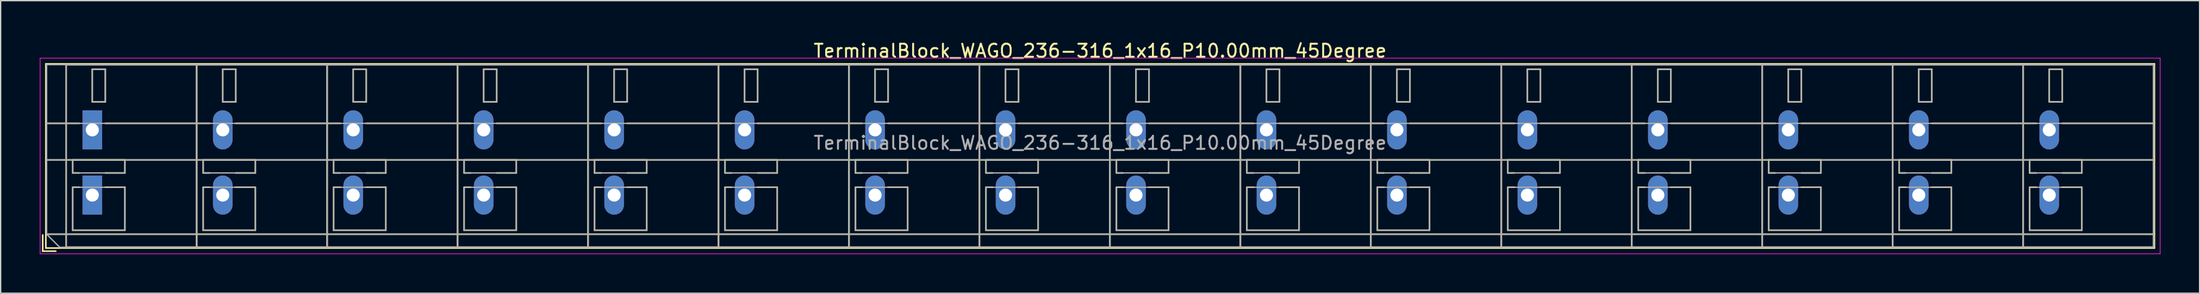
<source format=kicad_pcb>
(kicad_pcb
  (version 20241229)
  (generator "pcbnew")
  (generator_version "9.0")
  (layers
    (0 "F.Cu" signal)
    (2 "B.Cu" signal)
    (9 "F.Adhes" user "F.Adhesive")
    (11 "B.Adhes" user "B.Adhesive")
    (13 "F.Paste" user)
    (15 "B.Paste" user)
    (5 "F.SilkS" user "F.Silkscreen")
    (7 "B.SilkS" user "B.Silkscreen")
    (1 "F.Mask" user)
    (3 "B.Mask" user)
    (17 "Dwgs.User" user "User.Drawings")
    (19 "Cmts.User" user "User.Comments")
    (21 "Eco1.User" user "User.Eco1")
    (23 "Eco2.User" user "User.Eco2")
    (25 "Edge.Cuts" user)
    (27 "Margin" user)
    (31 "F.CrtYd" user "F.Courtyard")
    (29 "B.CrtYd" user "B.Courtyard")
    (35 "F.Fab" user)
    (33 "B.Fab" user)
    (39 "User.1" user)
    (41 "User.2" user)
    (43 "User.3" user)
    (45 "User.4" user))
  (footprint "TerminalBlock_WAGO_236-316_1x16_P10.00mm_45Degree"
    (layer "F.Cu")
    (at 4.025 11.908)
    (property "Reference" "TerminalBlock_WAGO_236-316_1x16_P10.00mm_45Degree" (at 77.25 -11.06 0) (layer "F.SilkS") (effects (font (size 1 1) (thickness 0.15))))
    (attr through_hole)
    (fp_line (start -3.8 3.06) (end -3.8 4.3) (stroke (width 0.12) (type solid)) (layer "F.SilkS"))
    (fp_line (start -3.8 4.3) (end -2.8 4.3) (stroke (width 0.12) (type solid)) (layer "F.SilkS"))
    (fp_line (start -3.56 -10.06) (end -3.56 4.06) (stroke (width 0.12) (type solid)) (layer "F.SilkS"))
    (fp_line (start -3.56 -10.06) (end 158.06 -10.06) (stroke (width 0.12) (type solid)) (layer "F.SilkS"))
    (fp_line (start -3.56 -5.5) (end -0.99 -5.5) (stroke (width 0.12) (type solid)) (layer "F.SilkS"))
    (fp_line (start -3.56 -2.7) (end 158.06 -2.7) (stroke (width 0.12) (type solid)) (layer "F.SilkS"))
    (fp_line (start -3.56 3) (end 158.06 3) (stroke (width 0.12) (type solid)) (layer "F.SilkS"))
    (fp_line (start -3.56 4.06) (end 158.06 4.06) (stroke (width 0.12) (type solid)) (layer "F.SilkS"))
    (fp_line (start -2 -10) (end -2 4) (stroke (width 0.12) (type solid)) (layer "F.SilkS"))
    (fp_line (start -2 -10) (end 8 -10) (stroke (width 0.12) (type solid)) (layer "F.SilkS"))
    (fp_line (start -2 4) (end 8 4) (stroke (width 0.12) (type solid)) (layer "F.SilkS"))
    (fp_line (start -1.5 -2.7) (end -1.5 -1.701) (stroke (width 0.12) (type solid)) (layer "F.SilkS"))
    (fp_line (start -1.5 -2.7) (end 2.5 -2.7) (stroke (width 0.12) (type solid)) (layer "F.SilkS"))
    (fp_line (start -1.5 -1.701) (end -0.99 -1.701) (stroke (width 0.12) (type solid)) (layer "F.SilkS"))
    (fp_line (start -1.5 -0.6) (end -1.5 2.7) (stroke (width 0.12) (type solid)) (layer "F.SilkS"))
    (fp_line (start -1.5 -0.6) (end -0.99 -0.6) (stroke (width 0.12) (type solid)) (layer "F.SilkS"))
    (fp_line (start -1.5 2.7) (end 2.5 2.7) (stroke (width 0.12) (type solid)) (layer "F.SilkS"))
    (fp_line (start 0 -9.65) (end 0 -7.15) (stroke (width 0.12) (type solid)) (layer "F.SilkS"))
    (fp_line (start 0 -9.65) (end 1 -9.65) (stroke (width 0.12) (type solid)) (layer "F.SilkS"))
    (fp_line (start 0 -7.15) (end 1 -7.15) (stroke (width 0.12) (type solid)) (layer "F.SilkS"))
    (fp_line (start 0.99 -5.5) (end 9.01 -5.5) (stroke (width 0.12) (type solid)) (layer "F.SilkS"))
    (fp_line (start 0.99 -1.701) (end 2.5 -1.701) (stroke (width 0.12) (type solid)) (layer "F.SilkS"))
    (fp_line (start 0.99 -0.6) (end 2.5 -0.6) (stroke (width 0.12) (type solid)) (layer "F.SilkS"))
    (fp_line (start 1 -9.65) (end 1 -7.15) (stroke (width 0.12) (type solid)) (layer "F.SilkS"))
    (fp_line (start 2.5 -2.7) (end 2.5 -1.701) (stroke (width 0.12) (type solid)) (layer "F.SilkS"))
    (fp_line (start 2.5 -0.6) (end 2.5 2.7) (stroke (width 0.12) (type solid)) (layer "F.SilkS"))
    (fp_line (start 8 -10) (end 8 4) (stroke (width 0.12) (type solid)) (layer "F.SilkS"))
    (fp_line (start 8 -10) (end 8 4) (stroke (width 0.12) (type solid)) (layer "F.SilkS"))
    (fp_line (start 8 -10) (end 18 -10) (stroke (width 0.12) (type solid)) (layer "F.SilkS"))
    (fp_line (start 8 4) (end 18 4) (stroke (width 0.12) (type solid)) (layer "F.SilkS"))
    (fp_line (start 8.5 -2.7) (end 8.5 -1.701) (stroke (width 0.12) (type solid)) (layer "F.SilkS"))
    (fp_line (start 8.5 -2.7) (end 12.5 -2.7) (stroke (width 0.12) (type solid)) (layer "F.SilkS"))
    (fp_line (start 8.5 -1.701) (end 9.01 -1.701) (stroke (width 0.12) (type solid)) (layer "F.SilkS"))
    (fp_line (start 8.5 -0.6) (end 8.5 2.7) (stroke (width 0.12) (type solid)) (layer "F.SilkS"))
    (fp_line (start 8.5 -0.6) (end 9.01 -0.6) (stroke (width 0.12) (type solid)) (layer "F.SilkS"))
    (fp_line (start 8.5 2.7) (end 12.5 2.7) (stroke (width 0.12) (type solid)) (layer "F.SilkS"))
    (fp_line (start 10 -9.65) (end 10 -7.15) (stroke (width 0.12) (type solid)) (layer "F.SilkS"))
    (fp_line (start 10 -9.65) (end 11 -9.65) (stroke (width 0.12) (type solid)) (layer "F.SilkS"))
    (fp_line (start 10 -7.15) (end 11 -7.15) (stroke (width 0.12) (type solid)) (layer "F.SilkS"))
    (fp_line (start 10.99 -5.5) (end 19.01 -5.5) (stroke (width 0.12) (type solid)) (layer "F.SilkS"))
    (fp_line (start 10.99 -1.701) (end 12.5 -1.701) (stroke (width 0.12) (type solid)) (layer "F.SilkS"))
    (fp_line (start 10.99 -0.6) (end 12.5 -0.6) (stroke (width 0.12) (type solid)) (layer "F.SilkS"))
    (fp_line (start 11 -9.65) (end 11 -7.15) (stroke (width 0.12) (type solid)) (layer "F.SilkS"))
    (fp_line (start 12.5 -2.7) (end 12.5 -1.701) (stroke (width 0.12) (type solid)) (layer "F.SilkS"))
    (fp_line (start 12.5 -0.6) (end 12.5 2.7) (stroke (width 0.12) (type solid)) (layer "F.SilkS"))
    (fp_line (start 18 -10) (end 18 4) (stroke (width 0.12) (type solid)) (layer "F.SilkS"))
    (fp_line (start 18 -10) (end 18 4) (stroke (width 0.12) (type solid)) (layer "F.SilkS"))
    (fp_line (start 18 -10) (end 28 -10) (stroke (width 0.12) (type solid)) (layer "F.SilkS"))
    (fp_line (start 18 4) (end 28 4) (stroke (width 0.12) (type solid)) (layer "F.SilkS"))
    (fp_line (start 18.5 -2.7) (end 18.5 -1.701) (stroke (width 0.12) (type solid)) (layer "F.SilkS"))
    (fp_line (start 18.5 -2.7) (end 22.5 -2.7) (stroke (width 0.12) (type solid)) (layer "F.SilkS"))
    (fp_line (start 18.5 -1.701) (end 19.01 -1.701) (stroke (width 0.12) (type solid)) (layer "F.SilkS"))
    (fp_line (start 18.5 -0.6) (end 18.5 2.7) (stroke (width 0.12) (type solid)) (layer "F.SilkS"))
    (fp_line (start 18.5 -0.6) (end 19.01 -0.6) (stroke (width 0.12) (type solid)) (layer "F.SilkS"))
    (fp_line (start 18.5 2.7) (end 22.5 2.7) (stroke (width 0.12) (type solid)) (layer "F.SilkS"))
    (fp_line (start 20 -9.65) (end 20 -7.15) (stroke (width 0.12) (type solid)) (layer "F.SilkS"))
    (fp_line (start 20 -9.65) (end 21 -9.65) (stroke (width 0.12) (type solid)) (layer "F.SilkS"))
    (fp_line (start 20 -7.15) (end 21 -7.15) (stroke (width 0.12) (type solid)) (layer "F.SilkS"))
    (fp_line (start 20.99 -5.5) (end 29.01 -5.5) (stroke (width 0.12) (type solid)) (layer "F.SilkS"))
    (fp_line (start 20.99 -1.701) (end 22.5 -1.701) (stroke (width 0.12) (type solid)) (layer "F.SilkS"))
    (fp_line (start 20.99 -0.6) (end 22.5 -0.6) (stroke (width 0.12) (type solid)) (layer "F.SilkS"))
    (fp_line (start 21 -9.65) (end 21 -7.15) (stroke (width 0.12) (type solid)) (layer "F.SilkS"))
    (fp_line (start 22.5 -2.7) (end 22.5 -1.701) (stroke (width 0.12) (type solid)) (layer "F.SilkS"))
    (fp_line (start 22.5 -0.6) (end 22.5 2.7) (stroke (width 0.12) (type solid)) (layer "F.SilkS"))
    (fp_line (start 28 -10) (end 28 4) (stroke (width 0.12) (type solid)) (layer "F.SilkS"))
    (fp_line (start 28 -10) (end 28 4) (stroke (width 0.12) (type solid)) (layer "F.SilkS"))
    (fp_line (start 28 -10) (end 38 -10) (stroke (width 0.12) (type solid)) (layer "F.SilkS"))
    (fp_line (start 28 4) (end 38 4) (stroke (width 0.12) (type solid)) (layer "F.SilkS"))
    (fp_line (start 28.5 -2.7) (end 28.5 -1.701) (stroke (width 0.12) (type solid)) (layer "F.SilkS"))
    (fp_line (start 28.5 -2.7) (end 32.5 -2.7) (stroke (width 0.12) (type solid)) (layer "F.SilkS"))
    (fp_line (start 28.5 -1.701) (end 29.01 -1.701) (stroke (width 0.12) (type solid)) (layer "F.SilkS"))
    (fp_line (start 28.5 -0.6) (end 28.5 2.7) (stroke (width 0.12) (type solid)) (layer "F.SilkS"))
    (fp_line (start 28.5 -0.6) (end 29.01 -0.6) (stroke (width 0.12) (type solid)) (layer "F.SilkS"))
    (fp_line (start 28.5 2.7) (end 32.5 2.7) (stroke (width 0.12) (type solid)) (layer "F.SilkS"))
    (fp_line (start 30 -9.65) (end 30 -7.15) (stroke (width 0.12) (type solid)) (layer "F.SilkS"))
    (fp_line (start 30 -9.65) (end 31 -9.65) (stroke (width 0.12) (type solid)) (layer "F.SilkS"))
    (fp_line (start 30 -7.15) (end 31 -7.15) (stroke (width 0.12) (type solid)) (layer "F.SilkS"))
    (fp_line (start 30.99 -5.5) (end 39.01 -5.5) (stroke (width 0.12) (type solid)) (layer "F.SilkS"))
    (fp_line (start 30.99 -1.701) (end 32.5 -1.701) (stroke (width 0.12) (type solid)) (layer "F.SilkS"))
    (fp_line (start 30.99 -0.6) (end 32.5 -0.6) (stroke (width 0.12) (type solid)) (layer "F.SilkS"))
    (fp_line (start 31 -9.65) (end 31 -7.15) (stroke (width 0.12) (type solid)) (layer "F.SilkS"))
    (fp_line (start 32.5 -2.7) (end 32.5 -1.701) (stroke (width 0.12) (type solid)) (layer "F.SilkS"))
    (fp_line (start 32.5 -0.6) (end 32.5 2.7) (stroke (width 0.12) (type solid)) (layer "F.SilkS"))
    (fp_line (start 38 -10) (end 38 4) (stroke (width 0.12) (type solid)) (layer "F.SilkS"))
    (fp_line (start 38 -10) (end 38 4) (stroke (width 0.12) (type solid)) (layer "F.SilkS"))
    (fp_line (start 38 -10) (end 48 -10) (stroke (width 0.12) (type solid)) (layer "F.SilkS"))
    (fp_line (start 38 4) (end 48 4) (stroke (width 0.12) (type solid)) (layer "F.SilkS"))
    (fp_line (start 38.5 -2.7) (end 38.5 -1.701) (stroke (width 0.12) (type solid)) (layer "F.SilkS"))
    (fp_line (start 38.5 -2.7) (end 42.5 -2.7) (stroke (width 0.12) (type solid)) (layer "F.SilkS"))
    (fp_line (start 38.5 -1.701) (end 39.01 -1.701) (stroke (width 0.12) (type solid)) (layer "F.SilkS"))
    (fp_line (start 38.5 -0.6) (end 38.5 2.7) (stroke (width 0.12) (type solid)) (layer "F.SilkS"))
    (fp_line (start 38.5 -0.6) (end 39.01 -0.6) (stroke (width 0.12) (type solid)) (layer "F.SilkS"))
    (fp_line (start 38.5 2.7) (end 42.5 2.7) (stroke (width 0.12) (type solid)) (layer "F.SilkS"))
    (fp_line (start 40 -9.65) (end 40 -7.15) (stroke (width 0.12) (type solid)) (layer "F.SilkS"))
    (fp_line (start 40 -9.65) (end 41 -9.65) (stroke (width 0.12) (type solid)) (layer "F.SilkS"))
    (fp_line (start 40 -7.15) (end 41 -7.15) (stroke (width 0.12) (type solid)) (layer "F.SilkS"))
    (fp_line (start 40.99 -5.5) (end 49.01 -5.5) (stroke (width 0.12) (type solid)) (layer "F.SilkS"))
    (fp_line (start 40.99 -1.701) (end 42.5 -1.701) (stroke (width 0.12) (type solid)) (layer "F.SilkS"))
    (fp_line (start 40.99 -0.6) (end 42.5 -0.6) (stroke (width 0.12) (type solid)) (layer "F.SilkS"))
    (fp_line (start 41 -9.65) (end 41 -7.15) (stroke (width 0.12) (type solid)) (layer "F.SilkS"))
    (fp_line (start 42.5 -2.7) (end 42.5 -1.701) (stroke (width 0.12) (type solid)) (layer "F.SilkS"))
    (fp_line (start 42.5 -0.6) (end 42.5 2.7) (stroke (width 0.12) (type solid)) (layer "F.SilkS"))
    (fp_line (start 48 -10) (end 48 4) (stroke (width 0.12) (type solid)) (layer "F.SilkS"))
    (fp_line (start 48 -10) (end 48 4) (stroke (width 0.12) (type solid)) (layer "F.SilkS"))
    (fp_line (start 48 -10) (end 58 -10) (stroke (width 0.12) (type solid)) (layer "F.SilkS"))
    (fp_line (start 48 4) (end 58 4) (stroke (width 0.12) (type solid)) (layer "F.SilkS"))
    (fp_line (start 48.5 -2.7) (end 48.5 -1.701) (stroke (width 0.12) (type solid)) (layer "F.SilkS"))
    (fp_line (start 48.5 -2.7) (end 52.5 -2.7) (stroke (width 0.12) (type solid)) (layer "F.SilkS"))
    (fp_line (start 48.5 -1.701) (end 49.01 -1.701) (stroke (width 0.12) (type solid)) (layer "F.SilkS"))
    (fp_line (start 48.5 -0.6) (end 48.5 2.7) (stroke (width 0.12) (type solid)) (layer "F.SilkS"))
    (fp_line (start 48.5 -0.6) (end 49.01 -0.6) (stroke (width 0.12) (type solid)) (layer "F.SilkS"))
    (fp_line (start 48.5 2.7) (end 52.5 2.7) (stroke (width 0.12) (type solid)) (layer "F.SilkS"))
    (fp_line (start 50 -9.65) (end 50 -7.15) (stroke (width 0.12) (type solid)) (layer "F.SilkS"))
    (fp_line (start 50 -9.65) (end 51 -9.65) (stroke (width 0.12) (type solid)) (layer "F.SilkS"))
    (fp_line (start 50 -7.15) (end 51 -7.15) (stroke (width 0.12) (type solid)) (layer "F.SilkS"))
    (fp_line (start 50.99 -5.5) (end 59.01 -5.5) (stroke (width 0.12) (type solid)) (layer "F.SilkS"))
    (fp_line (start 50.99 -1.701) (end 52.5 -1.701) (stroke (width 0.12) (type solid)) (layer "F.SilkS"))
    (fp_line (start 50.99 -0.6) (end 52.5 -0.6) (stroke (width 0.12) (type solid)) (layer "F.SilkS"))
    (fp_line (start 51 -9.65) (end 51 -7.15) (stroke (width 0.12) (type solid)) (layer "F.SilkS"))
    (fp_line (start 52.5 -2.7) (end 52.5 -1.701) (stroke (width 0.12) (type solid)) (layer "F.SilkS"))
    (fp_line (start 52.5 -0.6) (end 52.5 2.7) (stroke (width 0.12) (type solid)) (layer "F.SilkS"))
    (fp_line (start 58 -10) (end 58 4) (stroke (width 0.12) (type solid)) (layer "F.SilkS"))
    (fp_line (start 58 -10) (end 58 4) (stroke (width 0.12) (type solid)) (layer "F.SilkS"))
    (fp_line (start 58 -10) (end 68 -10) (stroke (width 0.12) (type solid)) (layer "F.SilkS"))
    (fp_line (start 58 4) (end 68 4) (stroke (width 0.12) (type solid)) (layer "F.SilkS"))
    (fp_line (start 58.5 -2.7) (end 58.5 -1.701) (stroke (width 0.12) (type solid)) (layer "F.SilkS"))
    (fp_line (start 58.5 -2.7) (end 62.5 -2.7) (stroke (width 0.12) (type solid)) (layer "F.SilkS"))
    (fp_line (start 58.5 -1.701) (end 59.01 -1.701) (stroke (width 0.12) (type solid)) (layer "F.SilkS"))
    (fp_line (start 58.5 -0.6) (end 58.5 2.7) (stroke (width 0.12) (type solid)) (layer "F.SilkS"))
    (fp_line (start 58.5 -0.6) (end 59.01 -0.6) (stroke (width 0.12) (type solid)) (layer "F.SilkS"))
    (fp_line (start 58.5 2.7) (end 62.5 2.7) (stroke (width 0.12) (type solid)) (layer "F.SilkS"))
    (fp_line (start 60 -9.65) (end 60 -7.15) (stroke (width 0.12) (type solid)) (layer "F.SilkS"))
    (fp_line (start 60 -9.65) (end 61 -9.65) (stroke (width 0.12) (type solid)) (layer "F.SilkS"))
    (fp_line (start 60 -7.15) (end 61 -7.15) (stroke (width 0.12) (type solid)) (layer "F.SilkS"))
    (fp_line (start 60.99 -5.5) (end 69.01 -5.5) (stroke (width 0.12) (type solid)) (layer "F.SilkS"))
    (fp_line (start 60.99 -1.701) (end 62.5 -1.701) (stroke (width 0.12) (type solid)) (layer "F.SilkS"))
    (fp_line (start 60.99 -0.6) (end 62.5 -0.6) (stroke (width 0.12) (type solid)) (layer "F.SilkS"))
    (fp_line (start 61 -9.65) (end 61 -7.15) (stroke (width 0.12) (type solid)) (layer "F.SilkS"))
    (fp_line (start 62.5 -2.7) (end 62.5 -1.701) (stroke (width 0.12) (type solid)) (layer "F.SilkS"))
    (fp_line (start 62.5 -0.6) (end 62.5 2.7) (stroke (width 0.12) (type solid)) (layer "F.SilkS"))
    (fp_line (start 68 -10) (end 68 4) (stroke (width 0.12) (type solid)) (layer "F.SilkS"))
    (fp_line (start 68 -10) (end 68 4) (stroke (width 0.12) (type solid)) (layer "F.SilkS"))
    (fp_line (start 68 -10) (end 78 -10) (stroke (width 0.12) (type solid)) (layer "F.SilkS"))
    (fp_line (start 68 4) (end 78 4) (stroke (width 0.12) (type solid)) (layer "F.SilkS"))
    (fp_line (start 68.5 -2.7) (end 68.5 -1.701) (stroke (width 0.12) (type solid)) (layer "F.SilkS"))
    (fp_line (start 68.5 -2.7) (end 72.5 -2.7) (stroke (width 0.12) (type solid)) (layer "F.SilkS"))
    (fp_line (start 68.5 -1.701) (end 69.01 -1.701) (stroke (width 0.12) (type solid)) (layer "F.SilkS"))
    (fp_line (start 68.5 -0.6) (end 68.5 2.7) (stroke (width 0.12) (type solid)) (layer "F.SilkS"))
    (fp_line (start 68.5 -0.6) (end 69.01 -0.6) (stroke (width 0.12) (type solid)) (layer "F.SilkS"))
    (fp_line (start 68.5 2.7) (end 72.5 2.7) (stroke (width 0.12) (type solid)) (layer "F.SilkS"))
    (fp_line (start 70 -9.65) (end 70 -7.15) (stroke (width 0.12) (type solid)) (layer "F.SilkS"))
    (fp_line (start 70 -9.65) (end 71 -9.65) (stroke (width 0.12) (type solid)) (layer "F.SilkS"))
    (fp_line (start 70 -7.15) (end 71 -7.15) (stroke (width 0.12) (type solid)) (layer "F.SilkS"))
    (fp_line (start 70.99 -5.5) (end 79.01 -5.5) (stroke (width 0.12) (type solid)) (layer "F.SilkS"))
    (fp_line (start 70.99 -1.701) (end 72.5 -1.701) (stroke (width 0.12) (type solid)) (layer "F.SilkS"))
    (fp_line (start 70.99 -0.6) (end 72.5 -0.6) (stroke (width 0.12) (type solid)) (layer "F.SilkS"))
    (fp_line (start 71 -9.65) (end 71 -7.15) (stroke (width 0.12) (type solid)) (layer "F.SilkS"))
    (fp_line (start 72.5 -2.7) (end 72.5 -1.701) (stroke (width 0.12) (type solid)) (layer "F.SilkS"))
    (fp_line (start 72.5 -0.6) (end 72.5 2.7) (stroke (width 0.12) (type solid)) (layer "F.SilkS"))
    (fp_line (start 78 -10) (end 78 4) (stroke (width 0.12) (type solid)) (layer "F.SilkS"))
    (fp_line (start 78 -10) (end 78 4) (stroke (width 0.12) (type solid)) (layer "F.SilkS"))
    (fp_line (start 78 -10) (end 88 -10) (stroke (width 0.12) (type solid)) (layer "F.SilkS"))
    (fp_line (start 78 4) (end 88 4) (stroke (width 0.12) (type solid)) (layer "F.SilkS"))
    (fp_line (start 78.5 -2.7) (end 78.5 -1.701) (stroke (width 0.12) (type solid)) (layer "F.SilkS"))
    (fp_line (start 78.5 -2.7) (end 82.5 -2.7) (stroke (width 0.12) (type solid)) (layer "F.SilkS"))
    (fp_line (start 78.5 -1.701) (end 79.01 -1.701) (stroke (width 0.12) (type solid)) (layer "F.SilkS"))
    (fp_line (start 78.5 -0.6) (end 78.5 2.7) (stroke (width 0.12) (type solid)) (layer "F.SilkS"))
    (fp_line (start 78.5 -0.6) (end 79.01 -0.6) (stroke (width 0.12) (type solid)) (layer "F.SilkS"))
    (fp_line (start 78.5 2.7) (end 82.5 2.7) (stroke (width 0.12) (type solid)) (layer "F.SilkS"))
    (fp_line (start 80 -9.65) (end 80 -7.15) (stroke (width 0.12) (type solid)) (layer "F.SilkS"))
    (fp_line (start 80 -9.65) (end 81 -9.65) (stroke (width 0.12) (type solid)) (layer "F.SilkS"))
    (fp_line (start 80 -7.15) (end 81 -7.15) (stroke (width 0.12) (type solid)) (layer "F.SilkS"))
    (fp_line (start 80.99 -5.5) (end 89.01 -5.5) (stroke (width 0.12) (type solid)) (layer "F.SilkS"))
    (fp_line (start 80.99 -1.701) (end 82.5 -1.701) (stroke (width 0.12) (type solid)) (layer "F.SilkS"))
    (fp_line (start 80.99 -0.6) (end 82.5 -0.6) (stroke (width 0.12) (type solid)) (layer "F.SilkS"))
    (fp_line (start 81 -9.65) (end 81 -7.15) (stroke (width 0.12) (type solid)) (layer "F.SilkS"))
    (fp_line (start 82.5 -2.7) (end 82.5 -1.701) (stroke (width 0.12) (type solid)) (layer "F.SilkS"))
    (fp_line (start 82.5 -0.6) (end 82.5 2.7) (stroke (width 0.12) (type solid)) (layer "F.SilkS"))
    (fp_line (start 88 -10) (end 88 4) (stroke (width 0.12) (type solid)) (layer "F.SilkS"))
    (fp_line (start 88 -10) (end 88 4) (stroke (width 0.12) (type solid)) (layer "F.SilkS"))
    (fp_line (start 88 -10) (end 98 -10) (stroke (width 0.12) (type solid)) (layer "F.SilkS"))
    (fp_line (start 88 4) (end 98 4) (stroke (width 0.12) (type solid)) (layer "F.SilkS"))
    (fp_line (start 88.5 -2.7) (end 88.5 -1.701) (stroke (width 0.12) (type solid)) (layer "F.SilkS"))
    (fp_line (start 88.5 -2.7) (end 92.5 -2.7) (stroke (width 0.12) (type solid)) (layer "F.SilkS"))
    (fp_line (start 88.5 -1.701) (end 89.01 -1.701) (stroke (width 0.12) (type solid)) (layer "F.SilkS"))
    (fp_line (start 88.5 -0.6) (end 88.5 2.7) (stroke (width 0.12) (type solid)) (layer "F.SilkS"))
    (fp_line (start 88.5 -0.6) (end 89.01 -0.6) (stroke (width 0.12) (type solid)) (layer "F.SilkS"))
    (fp_line (start 88.5 2.7) (end 92.5 2.7) (stroke (width 0.12) (type solid)) (layer "F.SilkS"))
    (fp_line (start 90 -9.65) (end 90 -7.15) (stroke (width 0.12) (type solid)) (layer "F.SilkS"))
    (fp_line (start 90 -9.65) (end 91 -9.65) (stroke (width 0.12) (type solid)) (layer "F.SilkS"))
    (fp_line (start 90 -7.15) (end 91 -7.15) (stroke (width 0.12) (type solid)) (layer "F.SilkS"))
    (fp_line (start 90.99 -5.5) (end 99.01 -5.5) (stroke (width 0.12) (type solid)) (layer "F.SilkS"))
    (fp_line (start 90.99 -1.701) (end 92.5 -1.701) (stroke (width 0.12) (type solid)) (layer "F.SilkS"))
    (fp_line (start 90.99 -0.6) (end 92.5 -0.6) (stroke (width 0.12) (type solid)) (layer "F.SilkS"))
    (fp_line (start 91 -9.65) (end 91 -7.15) (stroke (width 0.12) (type solid)) (layer "F.SilkS"))
    (fp_line (start 92.5 -2.7) (end 92.5 -1.701) (stroke (width 0.12) (type solid)) (layer "F.SilkS"))
    (fp_line (start 92.5 -0.6) (end 92.5 2.7) (stroke (width 0.12) (type solid)) (layer "F.SilkS"))
    (fp_line (start 98 -10) (end 98 4) (stroke (width 0.12) (type solid)) (layer "F.SilkS"))
    (fp_line (start 98 -10) (end 98 4) (stroke (width 0.12) (type solid)) (layer "F.SilkS"))
    (fp_line (start 98 -10) (end 108 -10) (stroke (width 0.12) (type solid)) (layer "F.SilkS"))
    (fp_line (start 98 4) (end 108 4) (stroke (width 0.12) (type solid)) (layer "F.SilkS"))
    (fp_line (start 98.5 -2.7) (end 98.5 -1.701) (stroke (width 0.12) (type solid)) (layer "F.SilkS"))
    (fp_line (start 98.5 -2.7) (end 102.5 -2.7) (stroke (width 0.12) (type solid)) (layer "F.SilkS"))
    (fp_line (start 98.5 -1.701) (end 99.01 -1.701) (stroke (width 0.12) (type solid)) (layer "F.SilkS"))
    (fp_line (start 98.5 -0.6) (end 98.5 2.7) (stroke (width 0.12) (type solid)) (layer "F.SilkS"))
    (fp_line (start 98.5 -0.6) (end 99.01 -0.6) (stroke (width 0.12) (type solid)) (layer "F.SilkS"))
    (fp_line (start 98.5 2.7) (end 102.5 2.7) (stroke (width 0.12) (type solid)) (layer "F.SilkS"))
    (fp_line (start 100 -9.65) (end 100 -7.15) (stroke (width 0.12) (type solid)) (layer "F.SilkS"))
    (fp_line (start 100 -9.65) (end 101 -9.65) (stroke (width 0.12) (type solid)) (layer "F.SilkS"))
    (fp_line (start 100 -7.15) (end 101 -7.15) (stroke (width 0.12) (type solid)) (layer "F.SilkS"))
    (fp_line (start 100.99 -5.5) (end 109.01 -5.5) (stroke (width 0.12) (type solid)) (layer "F.SilkS"))
    (fp_line (start 100.99 -1.701) (end 102.5 -1.701) (stroke (width 0.12) (type solid)) (layer "F.SilkS"))
    (fp_line (start 100.99 -0.6) (end 102.5 -0.6) (stroke (width 0.12) (type solid)) (layer "F.SilkS"))
    (fp_line (start 101 -9.65) (end 101 -7.15) (stroke (width 0.12) (type solid)) (layer "F.SilkS"))
    (fp_line (start 102.5 -2.7) (end 102.5 -1.701) (stroke (width 0.12) (type solid)) (layer "F.SilkS"))
    (fp_line (start 102.5 -0.6) (end 102.5 2.7) (stroke (width 0.12) (type solid)) (layer "F.SilkS"))
    (fp_line (start 108 -10) (end 108 4) (stroke (width 0.12) (type solid)) (layer "F.SilkS"))
    (fp_line (start 108 -10) (end 108 4) (stroke (width 0.12) (type solid)) (layer "F.SilkS"))
    (fp_line (start 108 -10) (end 118 -10) (stroke (width 0.12) (type solid)) (layer "F.SilkS"))
    (fp_line (start 108 4) (end 118 4) (stroke (width 0.12) (type solid)) (layer "F.SilkS"))
    (fp_line (start 108.5 -2.7) (end 108.5 -1.701) (stroke (width 0.12) (type solid)) (layer "F.SilkS"))
    (fp_line (start 108.5 -2.7) (end 112.5 -2.7) (stroke (width 0.12) (type solid)) (layer "F.SilkS"))
    (fp_line (start 108.5 -1.701) (end 109.01 -1.701) (stroke (width 0.12) (type solid)) (layer "F.SilkS"))
    (fp_line (start 108.5 -0.6) (end 108.5 2.7) (stroke (width 0.12) (type solid)) (layer "F.SilkS"))
    (fp_line (start 108.5 -0.6) (end 109.01 -0.6) (stroke (width 0.12) (type solid)) (layer "F.SilkS"))
    (fp_line (start 108.5 2.7) (end 112.5 2.7) (stroke (width 0.12) (type solid)) (layer "F.SilkS"))
    (fp_line (start 110 -9.65) (end 110 -7.15) (stroke (width 0.12) (type solid)) (layer "F.SilkS"))
    (fp_line (start 110 -9.65) (end 111 -9.65) (stroke (width 0.12) (type solid)) (layer "F.SilkS"))
    (fp_line (start 110 -7.15) (end 111 -7.15) (stroke (width 0.12) (type solid)) (layer "F.SilkS"))
    (fp_line (start 110.99 -5.5) (end 119.01 -5.5) (stroke (width 0.12) (type solid)) (layer "F.SilkS"))
    (fp_line (start 110.99 -1.701) (end 112.5 -1.701) (stroke (width 0.12) (type solid)) (layer "F.SilkS"))
    (fp_line (start 110.99 -0.6) (end 112.5 -0.6) (stroke (width 0.12) (type solid)) (layer "F.SilkS"))
    (fp_line (start 111 -9.65) (end 111 -7.15) (stroke (width 0.12) (type solid)) (layer "F.SilkS"))
    (fp_line (start 112.5 -2.7) (end 112.5 -1.701) (stroke (width 0.12) (type solid)) (layer "F.SilkS"))
    (fp_line (start 112.5 -0.6) (end 112.5 2.7) (stroke (width 0.12) (type solid)) (layer "F.SilkS"))
    (fp_line (start 118 -10) (end 118 4) (stroke (width 0.12) (type solid)) (layer "F.SilkS"))
    (fp_line (start 118 -10) (end 118 4) (stroke (width 0.12) (type solid)) (layer "F.SilkS"))
    (fp_line (start 118 -10) (end 128 -10) (stroke (width 0.12) (type solid)) (layer "F.SilkS"))
    (fp_line (start 118 4) (end 128 4) (stroke (width 0.12) (type solid)) (layer "F.SilkS"))
    (fp_line (start 118.5 -2.7) (end 118.5 -1.701) (stroke (width 0.12) (type solid)) (layer "F.SilkS"))
    (fp_line (start 118.5 -2.7) (end 122.5 -2.7) (stroke (width 0.12) (type solid)) (layer "F.SilkS"))
    (fp_line (start 118.5 -1.701) (end 119.01 -1.701) (stroke (width 0.12) (type solid)) (layer "F.SilkS"))
    (fp_line (start 118.5 -0.6) (end 118.5 2.7) (stroke (width 0.12) (type solid)) (layer "F.SilkS"))
    (fp_line (start 118.5 -0.6) (end 119.01 -0.6) (stroke (width 0.12) (type solid)) (layer "F.SilkS"))
    (fp_line (start 118.5 2.7) (end 122.5 2.7) (stroke (width 0.12) (type solid)) (layer "F.SilkS"))
    (fp_line (start 120 -9.65) (end 120 -7.15) (stroke (width 0.12) (type solid)) (layer "F.SilkS"))
    (fp_line (start 120 -9.65) (end 121 -9.65) (stroke (width 0.12) (type solid)) (layer "F.SilkS"))
    (fp_line (start 120 -7.15) (end 121 -7.15) (stroke (width 0.12) (type solid)) (layer "F.SilkS"))
    (fp_line (start 120.99 -5.5) (end 129.01 -5.5) (stroke (width 0.12) (type solid)) (layer "F.SilkS"))
    (fp_line (start 120.99 -1.701) (end 122.5 -1.701) (stroke (width 0.12) (type solid)) (layer "F.SilkS"))
    (fp_line (start 120.99 -0.6) (end 122.5 -0.6) (stroke (width 0.12) (type solid)) (layer "F.SilkS"))
    (fp_line (start 121 -9.65) (end 121 -7.15) (stroke (width 0.12) (type solid)) (layer "F.SilkS"))
    (fp_line (start 122.5 -2.7) (end 122.5 -1.701) (stroke (width 0.12) (type solid)) (layer "F.SilkS"))
    (fp_line (start 122.5 -0.6) (end 122.5 2.7) (stroke (width 0.12) (type solid)) (layer "F.SilkS"))
    (fp_line (start 128 -10) (end 128 4) (stroke (width 0.12) (type solid)) (layer "F.SilkS"))
    (fp_line (start 128 -10) (end 128 4) (stroke (width 0.12) (type solid)) (layer "F.SilkS"))
    (fp_line (start 128 -10) (end 138 -10) (stroke (width 0.12) (type solid)) (layer "F.SilkS"))
    (fp_line (start 128 4) (end 138 4) (stroke (width 0.12) (type solid)) (layer "F.SilkS"))
    (fp_line (start 128.5 -2.7) (end 128.5 -1.701) (stroke (width 0.12) (type solid)) (layer "F.SilkS"))
    (fp_line (start 128.5 -2.7) (end 132.5 -2.7) (stroke (width 0.12) (type solid)) (layer "F.SilkS"))
    (fp_line (start 128.5 -1.701) (end 129.01 -1.701) (stroke (width 0.12) (type solid)) (layer "F.SilkS"))
    (fp_line (start 128.5 -0.6) (end 128.5 2.7) (stroke (width 0.12) (type solid)) (layer "F.SilkS"))
    (fp_line (start 128.5 -0.6) (end 129.01 -0.6) (stroke (width 0.12) (type solid)) (layer "F.SilkS"))
    (fp_line (start 128.5 2.7) (end 132.5 2.7) (stroke (width 0.12) (type solid)) (layer "F.SilkS"))
    (fp_line (start 130 -9.65) (end 130 -7.15) (stroke (width 0.12) (type solid)) (layer "F.SilkS"))
    (fp_line (start 130 -9.65) (end 131 -9.65) (stroke (width 0.12) (type solid)) (layer "F.SilkS"))
    (fp_line (start 130 -7.15) (end 131 -7.15) (stroke (width 0.12) (type solid)) (layer "F.SilkS"))
    (fp_line (start 130.99 -5.5) (end 139.01 -5.5) (stroke (width 0.12) (type solid)) (layer "F.SilkS"))
    (fp_line (start 130.99 -1.701) (end 132.5 -1.701) (stroke (width 0.12) (type solid)) (layer "F.SilkS"))
    (fp_line (start 130.99 -0.6) (end 132.5 -0.6) (stroke (width 0.12) (type solid)) (layer "F.SilkS"))
    (fp_line (start 131 -9.65) (end 131 -7.15) (stroke (width 0.12) (type solid)) (layer "F.SilkS"))
    (fp_line (start 132.5 -2.7) (end 132.5 -1.701) (stroke (width 0.12) (type solid)) (layer "F.SilkS"))
    (fp_line (start 132.5 -0.6) (end 132.5 2.7) (stroke (width 0.12) (type solid)) (layer "F.SilkS"))
    (fp_line (start 138 -10) (end 138 4) (stroke (width 0.12) (type solid)) (layer "F.SilkS"))
    (fp_line (start 138 -10) (end 138 4) (stroke (width 0.12) (type solid)) (layer "F.SilkS"))
    (fp_line (start 138 -10) (end 148 -10) (stroke (width 0.12) (type solid)) (layer "F.SilkS"))
    (fp_line (start 138 4) (end 148 4) (stroke (width 0.12) (type solid)) (layer "F.SilkS"))
    (fp_line (start 138.5 -2.7) (end 138.5 -1.701) (stroke (width 0.12) (type solid)) (layer "F.SilkS"))
    (fp_line (start 138.5 -2.7) (end 142.5 -2.7) (stroke (width 0.12) (type solid)) (layer "F.SilkS"))
    (fp_line (start 138.5 -1.701) (end 139.01 -1.701) (stroke (width 0.12) (type solid)) (layer "F.SilkS"))
    (fp_line (start 138.5 -0.6) (end 138.5 2.7) (stroke (width 0.12) (type solid)) (layer "F.SilkS"))
    (fp_line (start 138.5 -0.6) (end 139.01 -0.6) (stroke (width 0.12) (type solid)) (layer "F.SilkS"))
    (fp_line (start 138.5 2.7) (end 142.5 2.7) (stroke (width 0.12) (type solid)) (layer "F.SilkS"))
    (fp_line (start 140 -9.65) (end 140 -7.15) (stroke (width 0.12) (type solid)) (layer "F.SilkS"))
    (fp_line (start 140 -9.65) (end 141 -9.65) (stroke (width 0.12) (type solid)) (layer "F.SilkS"))
    (fp_line (start 140 -7.15) (end 141 -7.15) (stroke (width 0.12) (type solid)) (layer "F.SilkS"))
    (fp_line (start 140.99 -5.5) (end 149.01 -5.5) (stroke (width 0.12) (type solid)) (layer "F.SilkS"))
    (fp_line (start 140.99 -1.701) (end 142.5 -1.701) (stroke (width 0.12) (type solid)) (layer "F.SilkS"))
    (fp_line (start 140.99 -0.6) (end 142.5 -0.6) (stroke (width 0.12) (type solid)) (layer "F.SilkS"))
    (fp_line (start 141 -9.65) (end 141 -7.15) (stroke (width 0.12) (type solid)) (layer "F.SilkS"))
    (fp_line (start 142.5 -2.7) (end 142.5 -1.701) (stroke (width 0.12) (type solid)) (layer "F.SilkS"))
    (fp_line (start 142.5 -0.6) (end 142.5 2.7) (stroke (width 0.12) (type solid)) (layer "F.SilkS"))
    (fp_line (start 148 -10) (end 148 4) (stroke (width 0.12) (type solid)) (layer "F.SilkS"))
    (fp_line (start 148 -10) (end 148 4) (stroke (width 0.12) (type solid)) (layer "F.SilkS"))
    (fp_line (start 148 -10) (end 158 -10) (stroke (width 0.12) (type solid)) (layer "F.SilkS"))
    (fp_line (start 148 4) (end 158 4) (stroke (width 0.12) (type solid)) (layer "F.SilkS"))
    (fp_line (start 148.5 -2.7) (end 148.5 -1.701) (stroke (width 0.12) (type solid)) (layer "F.SilkS"))
    (fp_line (start 148.5 -2.7) (end 152.5 -2.7) (stroke (width 0.12) (type solid)) (layer "F.SilkS"))
    (fp_line (start 148.5 -1.701) (end 149.01 -1.701) (stroke (width 0.12) (type solid)) (layer "F.SilkS"))
    (fp_line (start 148.5 -0.6) (end 148.5 2.7) (stroke (width 0.12) (type solid)) (layer "F.SilkS"))
    (fp_line (start 148.5 -0.6) (end 149.01 -0.6) (stroke (width 0.12) (type solid)) (layer "F.SilkS"))
    (fp_line (start 148.5 2.7) (end 152.5 2.7) (stroke (width 0.12) (type solid)) (layer "F.SilkS"))
    (fp_line (start 150 -9.65) (end 150 -7.15) (stroke (width 0.12) (type solid)) (layer "F.SilkS"))
    (fp_line (start 150 -9.65) (end 151 -9.65) (stroke (width 0.12) (type solid)) (layer "F.SilkS"))
    (fp_line (start 150 -7.15) (end 151 -7.15) (stroke (width 0.12) (type solid)) (layer "F.SilkS"))
    (fp_line (start 150.99 -5.5) (end 158.06 -5.5) (stroke (width 0.12) (type solid)) (layer "F.SilkS"))
    (fp_line (start 150.99 -1.701) (end 152.5 -1.701) (stroke (width 0.12) (type solid)) (layer "F.SilkS"))
    (fp_line (start 150.99 -0.6) (end 152.5 -0.6) (stroke (width 0.12) (type solid)) (layer "F.SilkS"))
    (fp_line (start 151 -9.65) (end 151 -7.15) (stroke (width 0.12) (type solid)) (layer "F.SilkS"))
    (fp_line (start 152.5 -2.7) (end 152.5 -1.701) (stroke (width 0.12) (type solid)) (layer "F.SilkS"))
    (fp_line (start 152.5 -0.6) (end 152.5 2.7) (stroke (width 0.12) (type solid)) (layer "F.SilkS"))
    (fp_line (start 158 -10) (end 158 4) (stroke (width 0.12) (type solid)) (layer "F.SilkS"))
    (fp_line (start 158.06 -10.06) (end 158.06 4.06) (stroke (width 0.12) (type solid)) (layer "F.SilkS"))
    (fp_line (start -4 -10.5) (end -4 4.5) (stroke (width 0.05) (type solid)) (layer "F.CrtYd"))
    (fp_line (start -4 4.5) (end 158.5 4.5) (stroke (width 0.05) (type solid)) (layer "F.CrtYd"))
    (fp_line (start 158.5 -10.5) (end -4 -10.5) (stroke (width 0.05) (type solid)) (layer "F.CrtYd"))
    (fp_line (start 158.5 4.5) (end 158.5 -10.5) (stroke (width 0.05) (type solid)) (layer "F.CrtYd"))
    (fp_line (start -3.5 -10) (end 158 -10) (stroke (width 0.1) (type solid)) (layer "F.Fab"))
    (fp_line (start -3.5 -5.5) (end 158 -5.5) (stroke (width 0.1) (type solid)) (layer "F.Fab"))
    (fp_line (start -3.5 -2.7) (end 158 -2.7) (stroke (width 0.1) (type solid)) (layer "F.Fab"))
    (fp_line (start -3.5 3) (end -3.5 -10) (stroke (width 0.1) (type solid)) (layer "F.Fab"))
    (fp_line (start -3.5 3) (end 158 3) (stroke (width 0.1) (type solid)) (layer "F.Fab"))
    (fp_line (start -2.5 4) (end -3.5 3) (stroke (width 0.1) (type solid)) (layer "F.Fab"))
    (fp_line (start -2 -10) (end -2 4) (stroke (width 0.1) (type solid)) (layer "F.Fab"))
    (fp_line (start -2 4) (end 8 4) (stroke (width 0.1) (type solid)) (layer "F.Fab"))
    (fp_line (start -1.5 -2.7) (end -1.5 -1.7) (stroke (width 0.1) (type solid)) (layer "F.Fab"))
    (fp_line (start -1.5 -1.7) (end 2.5 -1.7) (stroke (width 0.1) (type solid)) (layer "F.Fab"))
    (fp_line (start -1.5 -0.6) (end -1.5 2.7) (stroke (width 0.1) (type solid)) (layer "F.Fab"))
    (fp_line (start -1.5 2.7) (end 2.5 2.7) (stroke (width 0.1) (type solid)) (layer "F.Fab"))
    (fp_line (start 0 -9.65) (end 0 -7.15) (stroke (width 0.1) (type solid)) (layer "F.Fab"))
    (fp_line (start 0 -7.15) (end 1 -7.15) (stroke (width 0.1) (type solid)) (layer "F.Fab"))
    (fp_line (start 1 -9.65) (end 0 -9.65) (stroke (width 0.1) (type solid)) (layer "F.Fab"))
    (fp_line (start 1 -7.15) (end 1 -9.65) (stroke (width 0.1) (type solid)) (layer "F.Fab"))
    (fp_line (start 2.5 -2.7) (end -1.5 -2.7) (stroke (width 0.1) (type solid)) (layer "F.Fab"))
    (fp_line (start 2.5 -1.7) (end 2.5 -2.7) (stroke (width 0.1) (type solid)) (layer "F.Fab"))
    (fp_line (start 2.5 -0.6) (end -1.5 -0.6) (stroke (width 0.1) (type solid)) (layer "F.Fab"))
    (fp_line (start 2.5 2.7) (end 2.5 -0.6) (stroke (width 0.1) (type solid)) (layer "F.Fab"))
    (fp_line (start 8 -10) (end -2 -10) (stroke (width 0.1) (type solid)) (layer "F.Fab"))
    (fp_line (start 8 -10) (end 8 4) (stroke (width 0.1) (type solid)) (layer "F.Fab"))
    (fp_line (start 8 4) (end 8 -10) (stroke (width 0.1) (type solid)) (layer "F.Fab"))
    (fp_line (start 8 4) (end 18 4) (stroke (width 0.1) (type solid)) (layer "F.Fab"))
    (fp_line (start 8.5 -2.7) (end 8.5 -1.7) (stroke (width 0.1) (type solid)) (layer "F.Fab"))
    (fp_line (start 8.5 -1.7) (end 12.5 -1.7) (stroke (width 0.1) (type solid)) (layer "F.Fab"))
    (fp_line (start 8.5 -0.6) (end 8.5 2.7) (stroke (width 0.1) (type solid)) (layer "F.Fab"))
    (fp_line (start 8.5 2.7) (end 12.5 2.7) (stroke (width 0.1) (type solid)) (layer "F.Fab"))
    (fp_line (start 10 -9.65) (end 10 -7.15) (stroke (width 0.1) (type solid)) (layer "F.Fab"))
    (fp_line (start 10 -7.15) (end 11 -7.15) (stroke (width 0.1) (type solid)) (layer "F.Fab"))
    (fp_line (start 11 -9.65) (end 10 -9.65) (stroke (width 0.1) (type solid)) (layer "F.Fab"))
    (fp_line (start 11 -7.15) (end 11 -9.65) (stroke (width 0.1) (type solid)) (layer "F.Fab"))
    (fp_line (start 12.5 -2.7) (end 8.5 -2.7) (stroke (width 0.1) (type solid)) (layer "F.Fab"))
    (fp_line (start 12.5 -1.7) (end 12.5 -2.7) (stroke (width 0.1) (type solid)) (layer "F.Fab"))
    (fp_line (start 12.5 -0.6) (end 8.5 -0.6) (stroke (width 0.1) (type solid)) (layer "F.Fab"))
    (fp_line (start 12.5 2.7) (end 12.5 -0.6) (stroke (width 0.1) (type solid)) (layer "F.Fab"))
    (fp_line (start 18 -10) (end 8 -10) (stroke (width 0.1) (type solid)) (layer "F.Fab"))
    (fp_line (start 18 -10) (end 18 4) (stroke (width 0.1) (type solid)) (layer "F.Fab"))
    (fp_line (start 18 4) (end 18 -10) (stroke (width 0.1) (type solid)) (layer "F.Fab"))
    (fp_line (start 18 4) (end 28 4) (stroke (width 0.1) (type solid)) (layer "F.Fab"))
    (fp_line (start 18.5 -2.7) (end 18.5 -1.7) (stroke (width 0.1) (type solid)) (layer "F.Fab"))
    (fp_line (start 18.5 -1.7) (end 22.5 -1.7) (stroke (width 0.1) (type solid)) (layer "F.Fab"))
    (fp_line (start 18.5 -0.6) (end 18.5 2.7) (stroke (width 0.1) (type solid)) (layer "F.Fab"))
    (fp_line (start 18.5 2.7) (end 22.5 2.7) (stroke (width 0.1) (type solid)) (layer "F.Fab"))
    (fp_line (start 20 -9.65) (end 20 -7.15) (stroke (width 0.1) (type solid)) (layer "F.Fab"))
    (fp_line (start 20 -7.15) (end 21 -7.15) (stroke (width 0.1) (type solid)) (layer "F.Fab"))
    (fp_line (start 21 -9.65) (end 20 -9.65) (stroke (width 0.1) (type solid)) (layer "F.Fab"))
    (fp_line (start 21 -7.15) (end 21 -9.65) (stroke (width 0.1) (type solid)) (layer "F.Fab"))
    (fp_line (start 22.5 -2.7) (end 18.5 -2.7) (stroke (width 0.1) (type solid)) (layer "F.Fab"))
    (fp_line (start 22.5 -1.7) (end 22.5 -2.7) (stroke (width 0.1) (type solid)) (layer "F.Fab"))
    (fp_line (start 22.5 -0.6) (end 18.5 -0.6) (stroke (width 0.1) (type solid)) (layer "F.Fab"))
    (fp_line (start 22.5 2.7) (end 22.5 -0.6) (stroke (width 0.1) (type solid)) (layer "F.Fab"))
    (fp_line (start 28 -10) (end 18 -10) (stroke (width 0.1) (type solid)) (layer "F.Fab"))
    (fp_line (start 28 -10) (end 28 4) (stroke (width 0.1) (type solid)) (layer "F.Fab"))
    (fp_line (start 28 4) (end 28 -10) (stroke (width 0.1) (type solid)) (layer "F.Fab"))
    (fp_line (start 28 4) (end 38 4) (stroke (width 0.1) (type solid)) (layer "F.Fab"))
    (fp_line (start 28.5 -2.7) (end 28.5 -1.7) (stroke (width 0.1) (type solid)) (layer "F.Fab"))
    (fp_line (start 28.5 -1.7) (end 32.5 -1.7) (stroke (width 0.1) (type solid)) (layer "F.Fab"))
    (fp_line (start 28.5 -0.6) (end 28.5 2.7) (stroke (width 0.1) (type solid)) (layer "F.Fab"))
    (fp_line (start 28.5 2.7) (end 32.5 2.7) (stroke (width 0.1) (type solid)) (layer "F.Fab"))
    (fp_line (start 30 -9.65) (end 30 -7.15) (stroke (width 0.1) (type solid)) (layer "F.Fab"))
    (fp_line (start 30 -7.15) (end 31 -7.15) (stroke (width 0.1) (type solid)) (layer "F.Fab"))
    (fp_line (start 31 -9.65) (end 30 -9.65) (stroke (width 0.1) (type solid)) (layer "F.Fab"))
    (fp_line (start 31 -7.15) (end 31 -9.65) (stroke (width 0.1) (type solid)) (layer "F.Fab"))
    (fp_line (start 32.5 -2.7) (end 28.5 -2.7) (stroke (width 0.1) (type solid)) (layer "F.Fab"))
    (fp_line (start 32.5 -1.7) (end 32.5 -2.7) (stroke (width 0.1) (type solid)) (layer "F.Fab"))
    (fp_line (start 32.5 -0.6) (end 28.5 -0.6) (stroke (width 0.1) (type solid)) (layer "F.Fab"))
    (fp_line (start 32.5 2.7) (end 32.5 -0.6) (stroke (width 0.1) (type solid)) (layer "F.Fab"))
    (fp_line (start 38 -10) (end 28 -10) (stroke (width 0.1) (type solid)) (layer "F.Fab"))
    (fp_line (start 38 -10) (end 38 4) (stroke (width 0.1) (type solid)) (layer "F.Fab"))
    (fp_line (start 38 4) (end 38 -10) (stroke (width 0.1) (type solid)) (layer "F.Fab"))
    (fp_line (start 38 4) (end 48 4) (stroke (width 0.1) (type solid)) (layer "F.Fab"))
    (fp_line (start 38.5 -2.7) (end 38.5 -1.7) (stroke (width 0.1) (type solid)) (layer "F.Fab"))
    (fp_line (start 38.5 -1.7) (end 42.5 -1.7) (stroke (width 0.1) (type solid)) (layer "F.Fab"))
    (fp_line (start 38.5 -0.6) (end 38.5 2.7) (stroke (width 0.1) (type solid)) (layer "F.Fab"))
    (fp_line (start 38.5 2.7) (end 42.5 2.7) (stroke (width 0.1) (type solid)) (layer "F.Fab"))
    (fp_line (start 40 -9.65) (end 40 -7.15) (stroke (width 0.1) (type solid)) (layer "F.Fab"))
    (fp_line (start 40 -7.15) (end 41 -7.15) (stroke (width 0.1) (type solid)) (layer "F.Fab"))
    (fp_line (start 41 -9.65) (end 40 -9.65) (stroke (width 0.1) (type solid)) (layer "F.Fab"))
    (fp_line (start 41 -7.15) (end 41 -9.65) (stroke (width 0.1) (type solid)) (layer "F.Fab"))
    (fp_line (start 42.5 -2.7) (end 38.5 -2.7) (stroke (width 0.1) (type solid)) (layer "F.Fab"))
    (fp_line (start 42.5 -1.7) (end 42.5 -2.7) (stroke (width 0.1) (type solid)) (layer "F.Fab"))
    (fp_line (start 42.5 -0.6) (end 38.5 -0.6) (stroke (width 0.1) (type solid)) (layer "F.Fab"))
    (fp_line (start 42.5 2.7) (end 42.5 -0.6) (stroke (width 0.1) (type solid)) (layer "F.Fab"))
    (fp_line (start 48 -10) (end 38 -10) (stroke (width 0.1) (type solid)) (layer "F.Fab"))
    (fp_line (start 48 -10) (end 48 4) (stroke (width 0.1) (type solid)) (layer "F.Fab"))
    (fp_line (start 48 4) (end 48 -10) (stroke (width 0.1) (type solid)) (layer "F.Fab"))
    (fp_line (start 48 4) (end 58 4) (stroke (width 0.1) (type solid)) (layer "F.Fab"))
    (fp_line (start 48.5 -2.7) (end 48.5 -1.7) (stroke (width 0.1) (type solid)) (layer "F.Fab"))
    (fp_line (start 48.5 -1.7) (end 52.5 -1.7) (stroke (width 0.1) (type solid)) (layer "F.Fab"))
    (fp_line (start 48.5 -0.6) (end 48.5 2.7) (stroke (width 0.1) (type solid)) (layer "F.Fab"))
    (fp_line (start 48.5 2.7) (end 52.5 2.7) (stroke (width 0.1) (type solid)) (layer "F.Fab"))
    (fp_line (start 50 -9.65) (end 50 -7.15) (stroke (width 0.1) (type solid)) (layer "F.Fab"))
    (fp_line (start 50 -7.15) (end 51 -7.15) (stroke (width 0.1) (type solid)) (layer "F.Fab"))
    (fp_line (start 51 -9.65) (end 50 -9.65) (stroke (width 0.1) (type solid)) (layer "F.Fab"))
    (fp_line (start 51 -7.15) (end 51 -9.65) (stroke (width 0.1) (type solid)) (layer "F.Fab"))
    (fp_line (start 52.5 -2.7) (end 48.5 -2.7) (stroke (width 0.1) (type solid)) (layer "F.Fab"))
    (fp_line (start 52.5 -1.7) (end 52.5 -2.7) (stroke (width 0.1) (type solid)) (layer "F.Fab"))
    (fp_line (start 52.5 -0.6) (end 48.5 -0.6) (stroke (width 0.1) (type solid)) (layer "F.Fab"))
    (fp_line (start 52.5 2.7) (end 52.5 -0.6) (stroke (width 0.1) (type solid)) (layer "F.Fab"))
    (fp_line (start 58 -10) (end 48 -10) (stroke (width 0.1) (type solid)) (layer "F.Fab"))
    (fp_line (start 58 -10) (end 58 4) (stroke (width 0.1) (type solid)) (layer "F.Fab"))
    (fp_line (start 58 4) (end 58 -10) (stroke (width 0.1) (type solid)) (layer "F.Fab"))
    (fp_line (start 58 4) (end 68 4) (stroke (width 0.1) (type solid)) (layer "F.Fab"))
    (fp_line (start 58.5 -2.7) (end 58.5 -1.7) (stroke (width 0.1) (type solid)) (layer "F.Fab"))
    (fp_line (start 58.5 -1.7) (end 62.5 -1.7) (stroke (width 0.1) (type solid)) (layer "F.Fab"))
    (fp_line (start 58.5 -0.6) (end 58.5 2.7) (stroke (width 0.1) (type solid)) (layer "F.Fab"))
    (fp_line (start 58.5 2.7) (end 62.5 2.7) (stroke (width 0.1) (type solid)) (layer "F.Fab"))
    (fp_line (start 60 -9.65) (end 60 -7.15) (stroke (width 0.1) (type solid)) (layer "F.Fab"))
    (fp_line (start 60 -7.15) (end 61 -7.15) (stroke (width 0.1) (type solid)) (layer "F.Fab"))
    (fp_line (start 61 -9.65) (end 60 -9.65) (stroke (width 0.1) (type solid)) (layer "F.Fab"))
    (fp_line (start 61 -7.15) (end 61 -9.65) (stroke (width 0.1) (type solid)) (layer "F.Fab"))
    (fp_line (start 62.5 -2.7) (end 58.5 -2.7) (stroke (width 0.1) (type solid)) (layer "F.Fab"))
    (fp_line (start 62.5 -1.7) (end 62.5 -2.7) (stroke (width 0.1) (type solid)) (layer "F.Fab"))
    (fp_line (start 62.5 -0.6) (end 58.5 -0.6) (stroke (width 0.1) (type solid)) (layer "F.Fab"))
    (fp_line (start 62.5 2.7) (end 62.5 -0.6) (stroke (width 0.1) (type solid)) (layer "F.Fab"))
    (fp_line (start 68 -10) (end 58 -10) (stroke (width 0.1) (type solid)) (layer "F.Fab"))
    (fp_line (start 68 -10) (end 68 4) (stroke (width 0.1) (type solid)) (layer "F.Fab"))
    (fp_line (start 68 4) (end 68 -10) (stroke (width 0.1) (type solid)) (layer "F.Fab"))
    (fp_line (start 68 4) (end 78 4) (stroke (width 0.1) (type solid)) (layer "F.Fab"))
    (fp_line (start 68.5 -2.7) (end 68.5 -1.7) (stroke (width 0.1) (type solid)) (layer "F.Fab"))
    (fp_line (start 68.5 -1.7) (end 72.5 -1.7) (stroke (width 0.1) (type solid)) (layer "F.Fab"))
    (fp_line (start 68.5 -0.6) (end 68.5 2.7) (stroke (width 0.1) (type solid)) (layer "F.Fab"))
    (fp_line (start 68.5 2.7) (end 72.5 2.7) (stroke (width 0.1) (type solid)) (layer "F.Fab"))
    (fp_line (start 70 -9.65) (end 70 -7.15) (stroke (width 0.1) (type solid)) (layer "F.Fab"))
    (fp_line (start 70 -7.15) (end 71 -7.15) (stroke (width 0.1) (type solid)) (layer "F.Fab"))
    (fp_line (start 71 -9.65) (end 70 -9.65) (stroke (width 0.1) (type solid)) (layer "F.Fab"))
    (fp_line (start 71 -7.15) (end 71 -9.65) (stroke (width 0.1) (type solid)) (layer "F.Fab"))
    (fp_line (start 72.5 -2.7) (end 68.5 -2.7) (stroke (width 0.1) (type solid)) (layer "F.Fab"))
    (fp_line (start 72.5 -1.7) (end 72.5 -2.7) (stroke (width 0.1) (type solid)) (layer "F.Fab"))
    (fp_line (start 72.5 -0.6) (end 68.5 -0.6) (stroke (width 0.1) (type solid)) (layer "F.Fab"))
    (fp_line (start 72.5 2.7) (end 72.5 -0.6) (stroke (width 0.1) (type solid)) (layer "F.Fab"))
    (fp_line (start 78 -10) (end 68 -10) (stroke (width 0.1) (type solid)) (layer "F.Fab"))
    (fp_line (start 78 -10) (end 78 4) (stroke (width 0.1) (type solid)) (layer "F.Fab"))
    (fp_line (start 78 4) (end 78 -10) (stroke (width 0.1) (type solid)) (layer "F.Fab"))
    (fp_line (start 78 4) (end 88 4) (stroke (width 0.1) (type solid)) (layer "F.Fab"))
    (fp_line (start 78.5 -2.7) (end 78.5 -1.7) (stroke (width 0.1) (type solid)) (layer "F.Fab"))
    (fp_line (start 78.5 -1.7) (end 82.5 -1.7) (stroke (width 0.1) (type solid)) (layer "F.Fab"))
    (fp_line (start 78.5 -0.6) (end 78.5 2.7) (stroke (width 0.1) (type solid)) (layer "F.Fab"))
    (fp_line (start 78.5 2.7) (end 82.5 2.7) (stroke (width 0.1) (type solid)) (layer "F.Fab"))
    (fp_line (start 80 -9.65) (end 80 -7.15) (stroke (width 0.1) (type solid)) (layer "F.Fab"))
    (fp_line (start 80 -7.15) (end 81 -7.15) (stroke (width 0.1) (type solid)) (layer "F.Fab"))
    (fp_line (start 81 -9.65) (end 80 -9.65) (stroke (width 0.1) (type solid)) (layer "F.Fab"))
    (fp_line (start 81 -7.15) (end 81 -9.65) (stroke (width 0.1) (type solid)) (layer "F.Fab"))
    (fp_line (start 82.5 -2.7) (end 78.5 -2.7) (stroke (width 0.1) (type solid)) (layer "F.Fab"))
    (fp_line (start 82.5 -1.7) (end 82.5 -2.7) (stroke (width 0.1) (type solid)) (layer "F.Fab"))
    (fp_line (start 82.5 -0.6) (end 78.5 -0.6) (stroke (width 0.1) (type solid)) (layer "F.Fab"))
    (fp_line (start 82.5 2.7) (end 82.5 -0.6) (stroke (width 0.1) (type solid)) (layer "F.Fab"))
    (fp_line (start 88 -10) (end 78 -10) (stroke (width 0.1) (type solid)) (layer "F.Fab"))
    (fp_line (start 88 -10) (end 88 4) (stroke (width 0.1) (type solid)) (layer "F.Fab"))
    (fp_line (start 88 4) (end 88 -10) (stroke (width 0.1) (type solid)) (layer "F.Fab"))
    (fp_line (start 88 4) (end 98 4) (stroke (width 0.1) (type solid)) (layer "F.Fab"))
    (fp_line (start 88.5 -2.7) (end 88.5 -1.7) (stroke (width 0.1) (type solid)) (layer "F.Fab"))
    (fp_line (start 88.5 -1.7) (end 92.5 -1.7) (stroke (width 0.1) (type solid)) (layer "F.Fab"))
    (fp_line (start 88.5 -0.6) (end 88.5 2.7) (stroke (width 0.1) (type solid)) (layer "F.Fab"))
    (fp_line (start 88.5 2.7) (end 92.5 2.7) (stroke (width 0.1) (type solid)) (layer "F.Fab"))
    (fp_line (start 90 -9.65) (end 90 -7.15) (stroke (width 0.1) (type solid)) (layer "F.Fab"))
    (fp_line (start 90 -7.15) (end 91 -7.15) (stroke (width 0.1) (type solid)) (layer "F.Fab"))
    (fp_line (start 91 -9.65) (end 90 -9.65) (stroke (width 0.1) (type solid)) (layer "F.Fab"))
    (fp_line (start 91 -7.15) (end 91 -9.65) (stroke (width 0.1) (type solid)) (layer "F.Fab"))
    (fp_line (start 92.5 -2.7) (end 88.5 -2.7) (stroke (width 0.1) (type solid)) (layer "F.Fab"))
    (fp_line (start 92.5 -1.7) (end 92.5 -2.7) (stroke (width 0.1) (type solid)) (layer "F.Fab"))
    (fp_line (start 92.5 -0.6) (end 88.5 -0.6) (stroke (width 0.1) (type solid)) (layer "F.Fab"))
    (fp_line (start 92.5 2.7) (end 92.5 -0.6) (stroke (width 0.1) (type solid)) (layer "F.Fab"))
    (fp_line (start 98 -10) (end 88 -10) (stroke (width 0.1) (type solid)) (layer "F.Fab"))
    (fp_line (start 98 -10) (end 98 4) (stroke (width 0.1) (type solid)) (layer "F.Fab"))
    (fp_line (start 98 4) (end 98 -10) (stroke (width 0.1) (type solid)) (layer "F.Fab"))
    (fp_line (start 98 4) (end 108 4) (stroke (width 0.1) (type solid)) (layer "F.Fab"))
    (fp_line (start 98.5 -2.7) (end 98.5 -1.7) (stroke (width 0.1) (type solid)) (layer "F.Fab"))
    (fp_line (start 98.5 -1.7) (end 102.5 -1.7) (stroke (width 0.1) (type solid)) (layer "F.Fab"))
    (fp_line (start 98.5 -0.6) (end 98.5 2.7) (stroke (width 0.1) (type solid)) (layer "F.Fab"))
    (fp_line (start 98.5 2.7) (end 102.5 2.7) (stroke (width 0.1) (type solid)) (layer "F.Fab"))
    (fp_line (start 100 -9.65) (end 100 -7.15) (stroke (width 0.1) (type solid)) (layer "F.Fab"))
    (fp_line (start 100 -7.15) (end 101 -7.15) (stroke (width 0.1) (type solid)) (layer "F.Fab"))
    (fp_line (start 101 -9.65) (end 100 -9.65) (stroke (width 0.1) (type solid)) (layer "F.Fab"))
    (fp_line (start 101 -7.15) (end 101 -9.65) (stroke (width 0.1) (type solid)) (layer "F.Fab"))
    (fp_line (start 102.5 -2.7) (end 98.5 -2.7) (stroke (width 0.1) (type solid)) (layer "F.Fab"))
    (fp_line (start 102.5 -1.7) (end 102.5 -2.7) (stroke (width 0.1) (type solid)) (layer "F.Fab"))
    (fp_line (start 102.5 -0.6) (end 98.5 -0.6) (stroke (width 0.1) (type solid)) (layer "F.Fab"))
    (fp_line (start 102.5 2.7) (end 102.5 -0.6) (stroke (width 0.1) (type solid)) (layer "F.Fab"))
    (fp_line (start 108 -10) (end 98 -10) (stroke (width 0.1) (type solid)) (layer "F.Fab"))
    (fp_line (start 108 -10) (end 108 4) (stroke (width 0.1) (type solid)) (layer "F.Fab"))
    (fp_line (start 108 4) (end 108 -10) (stroke (width 0.1) (type solid)) (layer "F.Fab"))
    (fp_line (start 108 4) (end 118 4) (stroke (width 0.1) (type solid)) (layer "F.Fab"))
    (fp_line (start 108.5 -2.7) (end 108.5 -1.7) (stroke (width 0.1) (type solid)) (layer "F.Fab"))
    (fp_line (start 108.5 -1.7) (end 112.5 -1.7) (stroke (width 0.1) (type solid)) (layer "F.Fab"))
    (fp_line (start 108.5 -0.6) (end 108.5 2.7) (stroke (width 0.1) (type solid)) (layer "F.Fab"))
    (fp_line (start 108.5 2.7) (end 112.5 2.7) (stroke (width 0.1) (type solid)) (layer "F.Fab"))
    (fp_line (start 110 -9.65) (end 110 -7.15) (stroke (width 0.1) (type solid)) (layer "F.Fab"))
    (fp_line (start 110 -7.15) (end 111 -7.15) (stroke (width 0.1) (type solid)) (layer "F.Fab"))
    (fp_line (start 111 -9.65) (end 110 -9.65) (stroke (width 0.1) (type solid)) (layer "F.Fab"))
    (fp_line (start 111 -7.15) (end 111 -9.65) (stroke (width 0.1) (type solid)) (layer "F.Fab"))
    (fp_line (start 112.5 -2.7) (end 108.5 -2.7) (stroke (width 0.1) (type solid)) (layer "F.Fab"))
    (fp_line (start 112.5 -1.7) (end 112.5 -2.7) (stroke (width 0.1) (type solid)) (layer "F.Fab"))
    (fp_line (start 112.5 -0.6) (end 108.5 -0.6) (stroke (width 0.1) (type solid)) (layer "F.Fab"))
    (fp_line (start 112.5 2.7) (end 112.5 -0.6) (stroke (width 0.1) (type solid)) (layer "F.Fab"))
    (fp_line (start 118 -10) (end 108 -10) (stroke (width 0.1) (type solid)) (layer "F.Fab"))
    (fp_line (start 118 -10) (end 118 4) (stroke (width 0.1) (type solid)) (layer "F.Fab"))
    (fp_line (start 118 4) (end 118 -10) (stroke (width 0.1) (type solid)) (layer "F.Fab"))
    (fp_line (start 118 4) (end 128 4) (stroke (width 0.1) (type solid)) (layer "F.Fab"))
    (fp_line (start 118.5 -2.7) (end 118.5 -1.7) (stroke (width 0.1) (type solid)) (layer "F.Fab"))
    (fp_line (start 118.5 -1.7) (end 122.5 -1.7) (stroke (width 0.1) (type solid)) (layer "F.Fab"))
    (fp_line (start 118.5 -0.6) (end 118.5 2.7) (stroke (width 0.1) (type solid)) (layer "F.Fab"))
    (fp_line (start 118.5 2.7) (end 122.5 2.7) (stroke (width 0.1) (type solid)) (layer "F.Fab"))
    (fp_line (start 120 -9.65) (end 120 -7.15) (stroke (width 0.1) (type solid)) (layer "F.Fab"))
    (fp_line (start 120 -7.15) (end 121 -7.15) (stroke (width 0.1) (type solid)) (layer "F.Fab"))
    (fp_line (start 121 -9.65) (end 120 -9.65) (stroke (width 0.1) (type solid)) (layer "F.Fab"))
    (fp_line (start 121 -7.15) (end 121 -9.65) (stroke (width 0.1) (type solid)) (layer "F.Fab"))
    (fp_line (start 122.5 -2.7) (end 118.5 -2.7) (stroke (width 0.1) (type solid)) (layer "F.Fab"))
    (fp_line (start 122.5 -1.7) (end 122.5 -2.7) (stroke (width 0.1) (type solid)) (layer "F.Fab"))
    (fp_line (start 122.5 -0.6) (end 118.5 -0.6) (stroke (width 0.1) (type solid)) (layer "F.Fab"))
    (fp_line (start 122.5 2.7) (end 122.5 -0.6) (stroke (width 0.1) (type solid)) (layer "F.Fab"))
    (fp_line (start 128 -10) (end 118 -10) (stroke (width 0.1) (type solid)) (layer "F.Fab"))
    (fp_line (start 128 -10) (end 128 4) (stroke (width 0.1) (type solid)) (layer "F.Fab"))
    (fp_line (start 128 4) (end 128 -10) (stroke (width 0.1) (type solid)) (layer "F.Fab"))
    (fp_line (start 128 4) (end 138 4) (stroke (width 0.1) (type solid)) (layer "F.Fab"))
    (fp_line (start 128.5 -2.7) (end 128.5 -1.7) (stroke (width 0.1) (type solid)) (layer "F.Fab"))
    (fp_line (start 128.5 -1.7) (end 132.5 -1.7) (stroke (width 0.1) (type solid)) (layer "F.Fab"))
    (fp_line (start 128.5 -0.6) (end 128.5 2.7) (stroke (width 0.1) (type solid)) (layer "F.Fab"))
    (fp_line (start 128.5 2.7) (end 132.5 2.7) (stroke (width 0.1) (type solid)) (layer "F.Fab"))
    (fp_line (start 130 -9.65) (end 130 -7.15) (stroke (width 0.1) (type solid)) (layer "F.Fab"))
    (fp_line (start 130 -7.15) (end 131 -7.15) (stroke (width 0.1) (type solid)) (layer "F.Fab"))
    (fp_line (start 131 -9.65) (end 130 -9.65) (stroke (width 0.1) (type solid)) (layer "F.Fab"))
    (fp_line (start 131 -7.15) (end 131 -9.65) (stroke (width 0.1) (type solid)) (layer "F.Fab"))
    (fp_line (start 132.5 -2.7) (end 128.5 -2.7) (stroke (width 0.1) (type solid)) (layer "F.Fab"))
    (fp_line (start 132.5 -1.7) (end 132.5 -2.7) (stroke (width 0.1) (type solid)) (layer "F.Fab"))
    (fp_line (start 132.5 -0.6) (end 128.5 -0.6) (stroke (width 0.1) (type solid)) (layer "F.Fab"))
    (fp_line (start 132.5 2.7) (end 132.5 -0.6) (stroke (width 0.1) (type solid)) (layer "F.Fab"))
    (fp_line (start 138 -10) (end 128 -10) (stroke (width 0.1) (type solid)) (layer "F.Fab"))
    (fp_line (start 138 -10) (end 138 4) (stroke (width 0.1) (type solid)) (layer "F.Fab"))
    (fp_line (start 138 4) (end 138 -10) (stroke (width 0.1) (type solid)) (layer "F.Fab"))
    (fp_line (start 138 4) (end 148 4) (stroke (width 0.1) (type solid)) (layer "F.Fab"))
    (fp_line (start 138.5 -2.7) (end 138.5 -1.7) (stroke (width 0.1) (type solid)) (layer "F.Fab"))
    (fp_line (start 138.5 -1.7) (end 142.5 -1.7) (stroke (width 0.1) (type solid)) (layer "F.Fab"))
    (fp_line (start 138.5 -0.6) (end 138.5 2.7) (stroke (width 0.1) (type solid)) (layer "F.Fab"))
    (fp_line (start 138.5 2.7) (end 142.5 2.7) (stroke (width 0.1) (type solid)) (layer "F.Fab"))
    (fp_line (start 140 -9.65) (end 140 -7.15) (stroke (width 0.1) (type solid)) (layer "F.Fab"))
    (fp_line (start 140 -7.15) (end 141 -7.15) (stroke (width 0.1) (type solid)) (layer "F.Fab"))
    (fp_line (start 141 -9.65) (end 140 -9.65) (stroke (width 0.1) (type solid)) (layer "F.Fab"))
    (fp_line (start 141 -7.15) (end 141 -9.65) (stroke (width 0.1) (type solid)) (layer "F.Fab"))
    (fp_line (start 142.5 -2.7) (end 138.5 -2.7) (stroke (width 0.1) (type solid)) (layer "F.Fab"))
    (fp_line (start 142.5 -1.7) (end 142.5 -2.7) (stroke (width 0.1) (type solid)) (layer "F.Fab"))
    (fp_line (start 142.5 -0.6) (end 138.5 -0.6) (stroke (width 0.1) (type solid)) (layer "F.Fab"))
    (fp_line (start 142.5 2.7) (end 142.5 -0.6) (stroke (width 0.1) (type solid)) (layer "F.Fab"))
    (fp_line (start 148 -10) (end 138 -10) (stroke (width 0.1) (type solid)) (layer "F.Fab"))
    (fp_line (start 148 -10) (end 148 4) (stroke (width 0.1) (type solid)) (layer "F.Fab"))
    (fp_line (start 148 4) (end 148 -10) (stroke (width 0.1) (type solid)) (layer "F.Fab"))
    (fp_line (start 148 4) (end 158 4) (stroke (width 0.1) (type solid)) (layer "F.Fab"))
    (fp_line (start 148.5 -2.7) (end 148.5 -1.7) (stroke (width 0.1) (type solid)) (layer "F.Fab"))
    (fp_line (start 148.5 -1.7) (end 152.5 -1.7) (stroke (width 0.1) (type solid)) (layer "F.Fab"))
    (fp_line (start 148.5 -0.6) (end 148.5 2.7) (stroke (width 0.1) (type solid)) (layer "F.Fab"))
    (fp_line (start 148.5 2.7) (end 152.5 2.7) (stroke (width 0.1) (type solid)) (layer "F.Fab"))
    (fp_line (start 150 -9.65) (end 150 -7.15) (stroke (width 0.1) (type solid)) (layer "F.Fab"))
    (fp_line (start 150 -7.15) (end 151 -7.15) (stroke (width 0.1) (type solid)) (layer "F.Fab"))
    (fp_line (start 151 -9.65) (end 150 -9.65) (stroke (width 0.1) (type solid)) (layer "F.Fab"))
    (fp_line (start 151 -7.15) (end 151 -9.65) (stroke (width 0.1) (type solid)) (layer "F.Fab"))
    (fp_line (start 152.5 -2.7) (end 148.5 -2.7) (stroke (width 0.1) (type solid)) (layer "F.Fab"))
    (fp_line (start 152.5 -1.7) (end 152.5 -2.7) (stroke (width 0.1) (type solid)) (layer "F.Fab"))
    (fp_line (start 152.5 -0.6) (end 148.5 -0.6) (stroke (width 0.1) (type solid)) (layer "F.Fab"))
    (fp_line (start 152.5 2.7) (end 152.5 -0.6) (stroke (width 0.1) (type solid)) (layer "F.Fab"))
    (fp_line (start 158 -10) (end 148 -10) (stroke (width 0.1) (type solid)) (layer "F.Fab"))
    (fp_line (start 158 -10) (end 158 4) (stroke (width 0.1) (type solid)) (layer "F.Fab"))
    (fp_line (start 158 4) (end -2.5 4) (stroke (width 0.1) (type solid)) (layer "F.Fab"))
    (fp_line (start 158 4) (end 158 -10) (stroke (width 0.1) (type solid)) (layer "F.Fab"))
    (fp_text user "${REFERENCE}" (at 77.25 -4 0) (layer "F.Fab") (effects (font (size 1 1) (thickness 0.15))))
    (pad "1" thru_hole rect (at 0 -5) (size 1.5 3) (drill 1) (layers "*.Cu" "*.Mask"))
    (pad "1" thru_hole rect (at 0 0) (size 1.5 3) (drill 1) (layers "*.Cu" "*.Mask"))
    (pad "2" thru_hole oval (at 10 -5) (size 1.5 3) (drill 1) (layers "*.Cu" "*.Mask"))
    (pad "2" thru_hole oval (at 10 0) (size 1.5 3) (drill 1) (layers "*.Cu" "*.Mask"))
    (pad "3" thru_hole oval (at 20 -5) (size 1.5 3) (drill 1) (layers "*.Cu" "*.Mask"))
    (pad "3" thru_hole oval (at 20 0) (size 1.5 3) (drill 1) (layers "*.Cu" "*.Mask"))
    (pad "4" thru_hole oval (at 30 -5) (size 1.5 3) (drill 1) (layers "*.Cu" "*.Mask"))
    (pad "4" thru_hole oval (at 30 0) (size 1.5 3) (drill 1) (layers "*.Cu" "*.Mask"))
    (pad "5" thru_hole oval (at 40 -5) (size 1.5 3) (drill 1) (layers "*.Cu" "*.Mask"))
    (pad "5" thru_hole oval (at 40 0) (size 1.5 3) (drill 1) (layers "*.Cu" "*.Mask"))
    (pad "6" thru_hole oval (at 50 -5) (size 1.5 3) (drill 1) (layers "*.Cu" "*.Mask"))
    (pad "6" thru_hole oval (at 50 0) (size 1.5 3) (drill 1) (layers "*.Cu" "*.Mask"))
    (pad "7" thru_hole oval (at 60 -5) (size 1.5 3) (drill 1) (layers "*.Cu" "*.Mask"))
    (pad "7" thru_hole oval (at 60 0) (size 1.5 3) (drill 1) (layers "*.Cu" "*.Mask"))
    (pad "8" thru_hole oval (at 70 -5) (size 1.5 3) (drill 1) (layers "*.Cu" "*.Mask"))
    (pad "8" thru_hole oval (at 70 0) (size 1.5 3) (drill 1) (layers "*.Cu" "*.Mask"))
    (pad "9" thru_hole oval (at 80 -5) (size 1.5 3) (drill 1) (layers "*.Cu" "*.Mask"))
    (pad "9" thru_hole oval (at 80 0) (size 1.5 3) (drill 1) (layers "*.Cu" "*.Mask"))
    (pad "10" thru_hole oval (at 90 -5) (size 1.5 3) (drill 1) (layers "*.Cu" "*.Mask"))
    (pad "10" thru_hole oval (at 90 0) (size 1.5 3) (drill 1) (layers "*.Cu" "*.Mask"))
    (pad "11" thru_hole oval (at 100 -5) (size 1.5 3) (drill 1) (layers "*.Cu" "*.Mask"))
    (pad "11" thru_hole oval (at 100 0) (size 1.5 3) (drill 1) (layers "*.Cu" "*.Mask"))
    (pad "12" thru_hole oval (at 110 -5) (size 1.5 3) (drill 1) (layers "*.Cu" "*.Mask"))
    (pad "12" thru_hole oval (at 110 0) (size 1.5 3) (drill 1) (layers "*.Cu" "*.Mask"))
    (pad "13" thru_hole oval (at 120 -5) (size 1.5 3) (drill 1) (layers "*.Cu" "*.Mask"))
    (pad "13" thru_hole oval (at 120 0) (size 1.5 3) (drill 1) (layers "*.Cu" "*.Mask"))
    (pad "14" thru_hole oval (at 130 -5) (size 1.5 3) (drill 1) (layers "*.Cu" "*.Mask"))
    (pad "14" thru_hole oval (at 130 0) (size 1.5 3) (drill 1) (layers "*.Cu" "*.Mask"))
    (pad "15" thru_hole oval (at 140 -5) (size 1.5 3) (drill 1) (layers "*.Cu" "*.Mask"))
    (pad "15" thru_hole oval (at 140 0) (size 1.5 3) (drill 1) (layers "*.Cu" "*.Mask"))
    (pad "16" thru_hole oval (at 150 -5) (size 1.5 3) (drill 1) (layers "*.Cu" "*.Mask"))
    (pad "16" thru_hole oval (at 150 0) (size 1.5 3) (drill 1) (layers "*.Cu" "*.Mask")))
  (gr_rect
    (start -3 -3)
    (end 165.55 19.433)
    (stroke (width 0.1) (type default))
    (fill no)
    (layer "Edge.Cuts")))
</source>
